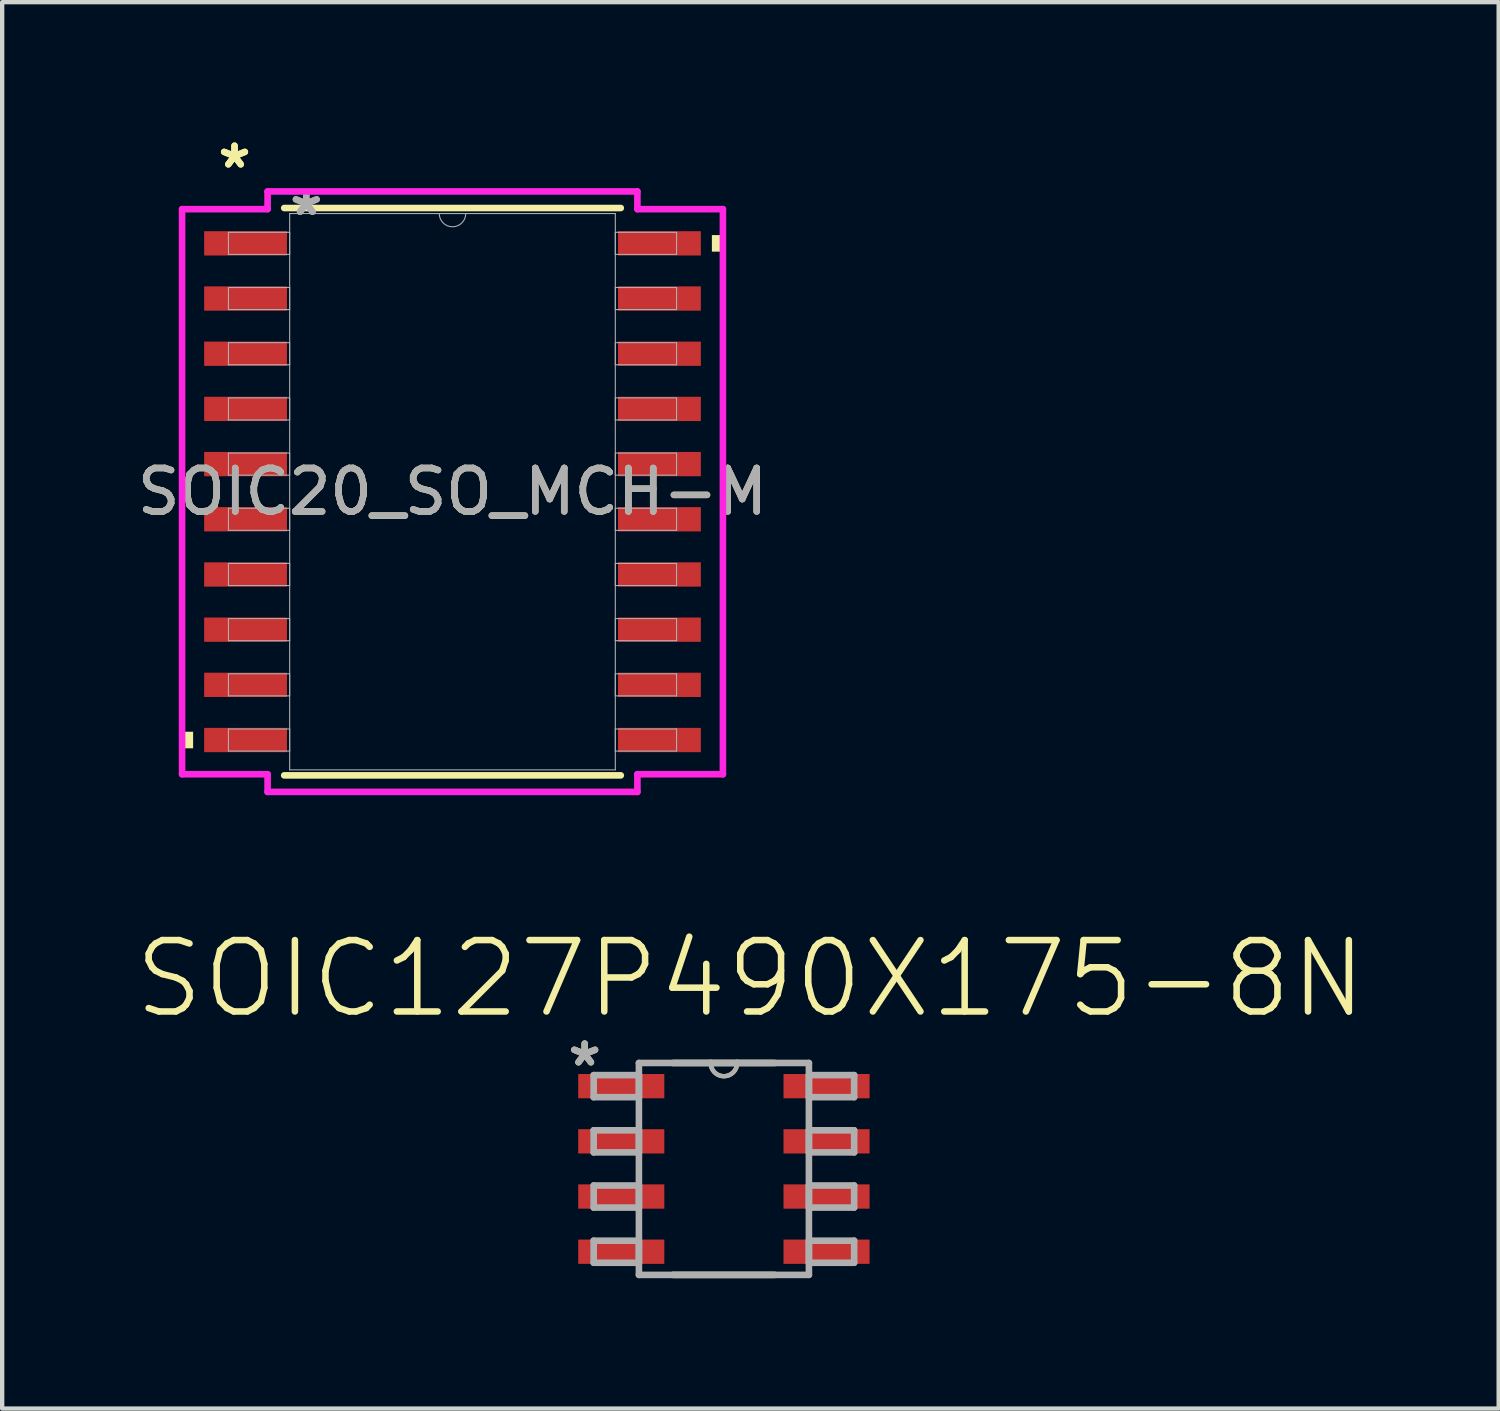
<source format=kicad_pcb>
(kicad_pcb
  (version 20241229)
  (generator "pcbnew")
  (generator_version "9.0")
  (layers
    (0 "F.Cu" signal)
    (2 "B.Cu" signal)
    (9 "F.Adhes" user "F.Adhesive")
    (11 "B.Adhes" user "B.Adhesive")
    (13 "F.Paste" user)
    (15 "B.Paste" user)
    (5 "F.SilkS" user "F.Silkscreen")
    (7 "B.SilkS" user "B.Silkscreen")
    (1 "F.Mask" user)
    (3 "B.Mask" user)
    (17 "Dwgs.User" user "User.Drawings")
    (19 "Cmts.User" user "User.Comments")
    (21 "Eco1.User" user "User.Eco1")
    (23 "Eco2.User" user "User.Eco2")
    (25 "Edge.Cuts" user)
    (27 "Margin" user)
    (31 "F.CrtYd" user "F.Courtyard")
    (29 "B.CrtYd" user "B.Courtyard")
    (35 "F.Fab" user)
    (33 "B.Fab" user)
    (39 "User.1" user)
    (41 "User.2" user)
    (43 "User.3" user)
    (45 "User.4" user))
  (footprint "SOIC127P490X175-8N"
    (layer "F.Cu")
    (at 13.609 23.85)
    (property "Reference" "SOIC127P490X175-8N" (at 0.611 -4.376 0) (layer "F.SilkS") (effects (font (size 1.643 1.643) (thickness 0.15))))
    (attr smd)
    (fp_line (start -1.168 2.438) (end 1.168 2.438) (stroke (width 0.152) (type solid)) (layer "F.SilkS"))
    (fp_line (start -0.305 -2.438) (end -1.168 -2.438) (stroke (width 0.152) (type solid)) (layer "F.SilkS"))
    (fp_line (start 0.305 -2.438) (end -0.305 -2.438) (stroke (width 0.152) (type solid)) (layer "F.SilkS"))
    (fp_line (start 1.168 -2.438) (end 0.305 -2.438) (stroke (width 0.152) (type solid)) (layer "F.SilkS"))
    (fp_arc (start 0.3048 -2.4384) (mid 0 -2.1336) (end -0.3048 -2.4384) (stroke (width 0.1) (type solid)) (layer "F.SilkS"))
    (fp_line (start -2.997 -2.159) (end -2.997 -1.651) (stroke (width 0.152) (type solid)) (layer "F.Fab"))
    (fp_line (start -2.997 -1.651) (end -1.956 -1.651) (stroke (width 0.152) (type solid)) (layer "F.Fab"))
    (fp_line (start -2.997 -0.889) (end -2.997 -0.381) (stroke (width 0.152) (type solid)) (layer "F.Fab"))
    (fp_line (start -2.997 -0.381) (end -1.956 -0.381) (stroke (width 0.152) (type solid)) (layer "F.Fab"))
    (fp_line (start -2.997 0.381) (end -2.997 0.889) (stroke (width 0.152) (type solid)) (layer "F.Fab"))
    (fp_line (start -2.997 0.889) (end -1.956 0.889) (stroke (width 0.152) (type solid)) (layer "F.Fab"))
    (fp_line (start -2.997 1.651) (end -2.997 2.159) (stroke (width 0.152) (type solid)) (layer "F.Fab"))
    (fp_line (start -2.997 2.159) (end -1.956 2.159) (stroke (width 0.152) (type solid)) (layer "F.Fab"))
    (fp_line (start -1.956 -2.438) (end -1.956 2.438) (stroke (width 0.152) (type solid)) (layer "F.Fab"))
    (fp_line (start -1.956 -2.159) (end -2.997 -2.159) (stroke (width 0.152) (type solid)) (layer "F.Fab"))
    (fp_line (start -1.956 -1.651) (end -1.956 -2.159) (stroke (width 0.152) (type solid)) (layer "F.Fab"))
    (fp_line (start -1.956 -0.889) (end -2.997 -0.889) (stroke (width 0.152) (type solid)) (layer "F.Fab"))
    (fp_line (start -1.956 -0.381) (end -1.956 -0.889) (stroke (width 0.152) (type solid)) (layer "F.Fab"))
    (fp_line (start -1.956 0.381) (end -2.997 0.381) (stroke (width 0.152) (type solid)) (layer "F.Fab"))
    (fp_line (start -1.956 0.889) (end -1.956 0.381) (stroke (width 0.152) (type solid)) (layer "F.Fab"))
    (fp_line (start -1.956 1.651) (end -2.997 1.651) (stroke (width 0.152) (type solid)) (layer "F.Fab"))
    (fp_line (start -1.956 2.159) (end -1.956 1.651) (stroke (width 0.152) (type solid)) (layer "F.Fab"))
    (fp_line (start -1.956 2.438) (end 1.956 2.438) (stroke (width 0.152) (type solid)) (layer "F.Fab"))
    (fp_line (start -0.305 -2.438) (end -1.956 -2.438) (stroke (width 0.152) (type solid)) (layer "F.Fab"))
    (fp_line (start 0.305 -2.438) (end -0.305 -2.438) (stroke (width 0.152) (type solid)) (layer "F.Fab"))
    (fp_line (start 1.956 -2.438) (end 0.305 -2.438) (stroke (width 0.152) (type solid)) (layer "F.Fab"))
    (fp_line (start 1.956 -2.159) (end 1.956 -1.651) (stroke (width 0.152) (type solid)) (layer "F.Fab"))
    (fp_line (start 1.956 -1.651) (end 2.997 -1.651) (stroke (width 0.152) (type solid)) (layer "F.Fab"))
    (fp_line (start 1.956 -0.889) (end 1.956 -0.381) (stroke (width 0.152) (type solid)) (layer "F.Fab"))
    (fp_line (start 1.956 -0.381) (end 2.997 -0.381) (stroke (width 0.152) (type solid)) (layer "F.Fab"))
    (fp_line (start 1.956 0.381) (end 1.956 0.889) (stroke (width 0.152) (type solid)) (layer "F.Fab"))
    (fp_line (start 1.956 0.889) (end 2.997 0.889) (stroke (width 0.152) (type solid)) (layer "F.Fab"))
    (fp_line (start 1.956 1.651) (end 1.956 2.159) (stroke (width 0.152) (type solid)) (layer "F.Fab"))
    (fp_line (start 1.956 2.159) (end 2.997 2.159) (stroke (width 0.152) (type solid)) (layer "F.Fab"))
    (fp_line (start 1.956 2.438) (end 1.956 -2.438) (stroke (width 0.152) (type solid)) (layer "F.Fab"))
    (fp_line (start 2.997 -2.159) (end 1.956 -2.159) (stroke (width 0.152) (type solid)) (layer "F.Fab"))
    (fp_line (start 2.997 -1.651) (end 2.997 -2.159) (stroke (width 0.152) (type solid)) (layer "F.Fab"))
    (fp_line (start 2.997 -0.889) (end 1.956 -0.889) (stroke (width 0.152) (type solid)) (layer "F.Fab"))
    (fp_line (start 2.997 -0.381) (end 2.997 -0.889) (stroke (width 0.152) (type solid)) (layer "F.Fab"))
    (fp_line (start 2.997 0.381) (end 1.956 0.381) (stroke (width 0.152) (type solid)) (layer "F.Fab"))
    (fp_line (start 2.997 0.889) (end 2.997 0.381) (stroke (width 0.152) (type solid)) (layer "F.Fab"))
    (fp_line (start 2.997 1.651) (end 1.956 1.651) (stroke (width 0.152) (type solid)) (layer "F.Fab"))
    (fp_line (start 2.997 2.159) (end 2.997 1.651) (stroke (width 0.152) (type solid)) (layer "F.Fab"))
    (fp_arc (start 0.3048 -2.4384) (mid 0 -2.1336) (end -0.3048 -2.4384) (stroke (width 0.1) (type solid)) (layer "F.Fab"))
    (fp_text user "*" (at -3.204 -2.339 0) (layer "F.SilkS") (effects (font (size 1.001 1.001) (thickness 0.15))))
    (fp_text user "*" (at -3.203 -2.338 0) (layer "F.Fab") (effects (font (size 1.001 1.001) (thickness 0.15))))
    (pad "1" smd rect (at -2.362 -1.905) (size 1.981 0.559) (layers "F.Cu" "F.Mask" "F.Paste"))
    (pad "2" smd rect (at -2.362 -0.635) (size 1.981 0.559) (layers "F.Cu" "F.Mask" "F.Paste"))
    (pad "3" smd rect (at -2.362 0.635) (size 1.981 0.559) (layers "F.Cu" "F.Mask" "F.Paste"))
    (pad "4" smd rect (at -2.362 1.905) (size 1.981 0.559) (layers "F.Cu" "F.Mask" "F.Paste"))
    (pad "5" smd rect (at 2.362 1.905) (size 1.981 0.559) (layers "F.Cu" "F.Mask" "F.Paste"))
    (pad "6" smd rect (at 2.362 0.635) (size 1.981 0.559) (layers "F.Cu" "F.Mask" "F.Paste"))
    (pad "7" smd rect (at 2.362 -0.635) (size 1.981 0.559) (layers "F.Cu" "F.Mask" "F.Paste"))
    (pad "8" smd rect (at 2.362 -1.905) (size 1.981 0.559) (layers "F.Cu" "F.Mask" "F.Paste")))
  (footprint "SOIC20_SO_MCH-M"
    (layer "F.Cu")
    (at 7.363 8.265)
    (property "Reference" "SOIC20_SO_MCH-M" (at 0 0 0) (unlocked yes) (layer "F.SilkS") (effects (font (size 1 1) (thickness 0.15))))
    (attr smd)
    (fp_line (start -3.873 6.528) (end 3.873 6.528) (stroke (width 0.152) (type solid)) (layer "F.SilkS"))
    (fp_line (start 3.873 -6.528) (end -3.873 -6.528) (stroke (width 0.152) (type solid)) (layer "F.SilkS"))
    (fp_poly (pts (xy -6.223 5.524) (xy -6.223 5.905) (xy -5.969 5.905) (xy -5.969 5.524)) (stroke (width 0) (type solid)) (fill yes) (layer "F.SilkS"))
    (fp_poly (pts (xy 6.223 -5.905) (xy 6.223 -5.524) (xy 5.969 -5.524) (xy 5.969 -5.905)) (stroke (width 0) (type solid)) (fill yes) (layer "F.SilkS"))
    (fp_line (start -6.223 -6.502) (end -4.255 -6.502) (stroke (width 0.152) (type solid)) (layer "F.CrtYd"))
    (fp_line (start -6.223 6.502) (end -6.223 -6.502) (stroke (width 0.152) (type solid)) (layer "F.CrtYd"))
    (fp_line (start -6.223 6.502) (end -4.255 6.502) (stroke (width 0.152) (type solid)) (layer "F.CrtYd"))
    (fp_line (start -4.255 -6.909) (end 4.255 -6.909) (stroke (width 0.152) (type solid)) (layer "F.CrtYd"))
    (fp_line (start -4.255 -6.502) (end -4.255 -6.909) (stroke (width 0.152) (type solid)) (layer "F.CrtYd"))
    (fp_line (start -4.255 6.909) (end -4.255 6.502) (stroke (width 0.152) (type solid)) (layer "F.CrtYd"))
    (fp_line (start 4.255 -6.909) (end 4.255 -6.502) (stroke (width 0.152) (type solid)) (layer "F.CrtYd"))
    (fp_line (start 4.255 6.502) (end 4.255 6.909) (stroke (width 0.152) (type solid)) (layer "F.CrtYd"))
    (fp_line (start 4.255 6.909) (end -4.255 6.909) (stroke (width 0.152) (type solid)) (layer "F.CrtYd"))
    (fp_line (start 6.223 -6.502) (end 4.255 -6.502) (stroke (width 0.152) (type solid)) (layer "F.CrtYd"))
    (fp_line (start 6.223 -6.502) (end 6.223 6.502) (stroke (width 0.152) (type solid)) (layer "F.CrtYd"))
    (fp_line (start 6.223 6.502) (end 4.255 6.502) (stroke (width 0.152) (type solid)) (layer "F.CrtYd"))
    (fp_line (start -5.156 -5.969) (end -5.156 -5.461) (stroke (width 0.025) (type solid)) (layer "F.Fab"))
    (fp_line (start -5.156 -5.461) (end -3.747 -5.461) (stroke (width 0.025) (type solid)) (layer "F.Fab"))
    (fp_line (start -5.156 -4.699) (end -5.156 -4.191) (stroke (width 0.025) (type solid)) (layer "F.Fab"))
    (fp_line (start -5.156 -4.191) (end -3.747 -4.191) (stroke (width 0.025) (type solid)) (layer "F.Fab"))
    (fp_line (start -5.156 -3.429) (end -5.156 -2.921) (stroke (width 0.025) (type solid)) (layer "F.Fab"))
    (fp_line (start -5.156 -2.921) (end -3.747 -2.921) (stroke (width 0.025) (type solid)) (layer "F.Fab"))
    (fp_line (start -5.156 -2.159) (end -5.156 -1.651) (stroke (width 0.025) (type solid)) (layer "F.Fab"))
    (fp_line (start -5.156 -1.651) (end -3.747 -1.651) (stroke (width 0.025) (type solid)) (layer "F.Fab"))
    (fp_line (start -5.156 -0.889) (end -5.156 -0.381) (stroke (width 0.025) (type solid)) (layer "F.Fab"))
    (fp_line (start -5.156 -0.381) (end -3.747 -0.381) (stroke (width 0.025) (type solid)) (layer "F.Fab"))
    (fp_line (start -5.156 0.381) (end -5.156 0.889) (stroke (width 0.025) (type solid)) (layer "F.Fab"))
    (fp_line (start -5.156 0.889) (end -3.747 0.889) (stroke (width 0.025) (type solid)) (layer "F.Fab"))
    (fp_line (start -5.156 1.651) (end -5.156 2.159) (stroke (width 0.025) (type solid)) (layer "F.Fab"))
    (fp_line (start -5.156 2.159) (end -3.747 2.159) (stroke (width 0.025) (type solid)) (layer "F.Fab"))
    (fp_line (start -5.156 2.921) (end -5.156 3.429) (stroke (width 0.025) (type solid)) (layer "F.Fab"))
    (fp_line (start -5.156 3.429) (end -3.747 3.429) (stroke (width 0.025) (type solid)) (layer "F.Fab"))
    (fp_line (start -5.156 4.191) (end -5.156 4.699) (stroke (width 0.025) (type solid)) (layer "F.Fab"))
    (fp_line (start -5.156 4.699) (end -3.747 4.699) (stroke (width 0.025) (type solid)) (layer "F.Fab"))
    (fp_line (start -5.156 5.461) (end -5.156 5.969) (stroke (width 0.025) (type solid)) (layer "F.Fab"))
    (fp_line (start -5.156 5.969) (end -3.747 5.969) (stroke (width 0.025) (type solid)) (layer "F.Fab"))
    (fp_line (start -3.747 -6.401) (end -3.747 6.401) (stroke (width 0.025) (type solid)) (layer "F.Fab"))
    (fp_line (start -3.747 -5.969) (end -5.156 -5.969) (stroke (width 0.025) (type solid)) (layer "F.Fab"))
    (fp_line (start -3.747 -5.461) (end -3.747 -5.969) (stroke (width 0.025) (type solid)) (layer "F.Fab"))
    (fp_line (start -3.747 -4.699) (end -5.156 -4.699) (stroke (width 0.025) (type solid)) (layer "F.Fab"))
    (fp_line (start -3.747 -4.191) (end -3.747 -4.699) (stroke (width 0.025) (type solid)) (layer "F.Fab"))
    (fp_line (start -3.747 -3.429) (end -5.156 -3.429) (stroke (width 0.025) (type solid)) (layer "F.Fab"))
    (fp_line (start -3.747 -2.921) (end -3.747 -3.429) (stroke (width 0.025) (type solid)) (layer "F.Fab"))
    (fp_line (start -3.747 -2.159) (end -5.156 -2.159) (stroke (width 0.025) (type solid)) (layer "F.Fab"))
    (fp_line (start -3.747 -1.651) (end -3.747 -2.159) (stroke (width 0.025) (type solid)) (layer "F.Fab"))
    (fp_line (start -3.747 -0.889) (end -5.156 -0.889) (stroke (width 0.025) (type solid)) (layer "F.Fab"))
    (fp_line (start -3.747 -0.381) (end -3.747 -0.889) (stroke (width 0.025) (type solid)) (layer "F.Fab"))
    (fp_line (start -3.747 0.381) (end -5.156 0.381) (stroke (width 0.025) (type solid)) (layer "F.Fab"))
    (fp_line (start -3.747 0.889) (end -3.747 0.381) (stroke (width 0.025) (type solid)) (layer "F.Fab"))
    (fp_line (start -3.747 1.651) (end -5.156 1.651) (stroke (width 0.025) (type solid)) (layer "F.Fab"))
    (fp_line (start -3.747 2.159) (end -3.747 1.651) (stroke (width 0.025) (type solid)) (layer "F.Fab"))
    (fp_line (start -3.747 2.921) (end -5.156 2.921) (stroke (width 0.025) (type solid)) (layer "F.Fab"))
    (fp_line (start -3.747 3.429) (end -3.747 2.921) (stroke (width 0.025) (type solid)) (layer "F.Fab"))
    (fp_line (start -3.747 4.191) (end -5.156 4.191) (stroke (width 0.025) (type solid)) (layer "F.Fab"))
    (fp_line (start -3.747 4.699) (end -3.747 4.191) (stroke (width 0.025) (type solid)) (layer "F.Fab"))
    (fp_line (start -3.747 5.461) (end -5.156 5.461) (stroke (width 0.025) (type solid)) (layer "F.Fab"))
    (fp_line (start -3.747 5.969) (end -3.747 5.461) (stroke (width 0.025) (type solid)) (layer "F.Fab"))
    (fp_line (start -3.747 6.401) (end 3.747 6.401) (stroke (width 0.025) (type solid)) (layer "F.Fab"))
    (fp_line (start 3.747 -6.401) (end -3.747 -6.401) (stroke (width 0.025) (type solid)) (layer "F.Fab"))
    (fp_line (start 3.747 -5.969) (end 3.747 -5.461) (stroke (width 0.025) (type solid)) (layer "F.Fab"))
    (fp_line (start 3.747 -5.461) (end 5.156 -5.461) (stroke (width 0.025) (type solid)) (layer "F.Fab"))
    (fp_line (start 3.747 -4.699) (end 3.747 -4.191) (stroke (width 0.025) (type solid)) (layer "F.Fab"))
    (fp_line (start 3.747 -4.191) (end 5.156 -4.191) (stroke (width 0.025) (type solid)) (layer "F.Fab"))
    (fp_line (start 3.747 -3.429) (end 3.747 -2.921) (stroke (width 0.025) (type solid)) (layer "F.Fab"))
    (fp_line (start 3.747 -2.921) (end 5.156 -2.921) (stroke (width 0.025) (type solid)) (layer "F.Fab"))
    (fp_line (start 3.747 -2.159) (end 3.747 -1.651) (stroke (width 0.025) (type solid)) (layer "F.Fab"))
    (fp_line (start 3.747 -1.651) (end 5.156 -1.651) (stroke (width 0.025) (type solid)) (layer "F.Fab"))
    (fp_line (start 3.747 -0.889) (end 3.747 -0.381) (stroke (width 0.025) (type solid)) (layer "F.Fab"))
    (fp_line (start 3.747 -0.381) (end 5.156 -0.381) (stroke (width 0.025) (type solid)) (layer "F.Fab"))
    (fp_line (start 3.747 0.381) (end 3.747 0.889) (stroke (width 0.025) (type solid)) (layer "F.Fab"))
    (fp_line (start 3.747 0.889) (end 5.156 0.889) (stroke (width 0.025) (type solid)) (layer "F.Fab"))
    (fp_line (start 3.747 1.651) (end 3.747 2.159) (stroke (width 0.025) (type solid)) (layer "F.Fab"))
    (fp_line (start 3.747 2.159) (end 5.156 2.159) (stroke (width 0.025) (type solid)) (layer "F.Fab"))
    (fp_line (start 3.747 2.921) (end 3.747 3.429) (stroke (width 0.025) (type solid)) (layer "F.Fab"))
    (fp_line (start 3.747 3.429) (end 5.156 3.429) (stroke (width 0.025) (type solid)) (layer "F.Fab"))
    (fp_line (start 3.747 4.191) (end 3.747 4.699) (stroke (width 0.025) (type solid)) (layer "F.Fab"))
    (fp_line (start 3.747 4.699) (end 5.156 4.699) (stroke (width 0.025) (type solid)) (layer "F.Fab"))
    (fp_line (start 3.747 5.461) (end 3.747 5.969) (stroke (width 0.025) (type solid)) (layer "F.Fab"))
    (fp_line (start 3.747 5.969) (end 5.156 5.969) (stroke (width 0.025) (type solid)) (layer "F.Fab"))
    (fp_line (start 3.747 6.401) (end 3.747 -6.401) (stroke (width 0.025) (type solid)) (layer "F.Fab"))
    (fp_line (start 5.156 -5.969) (end 3.747 -5.969) (stroke (width 0.025) (type solid)) (layer "F.Fab"))
    (fp_line (start 5.156 -5.461) (end 5.156 -5.969) (stroke (width 0.025) (type solid)) (layer "F.Fab"))
    (fp_line (start 5.156 -4.699) (end 3.747 -4.699) (stroke (width 0.025) (type solid)) (layer "F.Fab"))
    (fp_line (start 5.156 -4.191) (end 5.156 -4.699) (stroke (width 0.025) (type solid)) (layer "F.Fab"))
    (fp_line (start 5.156 -3.429) (end 3.747 -3.429) (stroke (width 0.025) (type solid)) (layer "F.Fab"))
    (fp_line (start 5.156 -2.921) (end 5.156 -3.429) (stroke (width 0.025) (type solid)) (layer "F.Fab"))
    (fp_line (start 5.156 -2.159) (end 3.747 -2.159) (stroke (width 0.025) (type solid)) (layer "F.Fab"))
    (fp_line (start 5.156 -1.651) (end 5.156 -2.159) (stroke (width 0.025) (type solid)) (layer "F.Fab"))
    (fp_line (start 5.156 -0.889) (end 3.747 -0.889) (stroke (width 0.025) (type solid)) (layer "F.Fab"))
    (fp_line (start 5.156 -0.381) (end 5.156 -0.889) (stroke (width 0.025) (type solid)) (layer "F.Fab"))
    (fp_line (start 5.156 0.381) (end 3.747 0.381) (stroke (width 0.025) (type solid)) (layer "F.Fab"))
    (fp_line (start 5.156 0.889) (end 5.156 0.381) (stroke (width 0.025) (type solid)) (layer "F.Fab"))
    (fp_line (start 5.156 1.651) (end 3.747 1.651) (stroke (width 0.025) (type solid)) (layer "F.Fab"))
    (fp_line (start 5.156 2.159) (end 5.156 1.651) (stroke (width 0.025) (type solid)) (layer "F.Fab"))
    (fp_line (start 5.156 2.921) (end 3.747 2.921) (stroke (width 0.025) (type solid)) (layer "F.Fab"))
    (fp_line (start 5.156 3.429) (end 5.156 2.921) (stroke (width 0.025) (type solid)) (layer "F.Fab"))
    (fp_line (start 5.156 4.191) (end 3.747 4.191) (stroke (width 0.025) (type solid)) (layer "F.Fab"))
    (fp_line (start 5.156 4.699) (end 5.156 4.191) (stroke (width 0.025) (type solid)) (layer "F.Fab"))
    (fp_line (start 5.156 5.461) (end 3.747 5.461) (stroke (width 0.025) (type solid)) (layer "F.Fab"))
    (fp_line (start 5.156 5.969) (end 5.156 5.461) (stroke (width 0.025) (type solid)) (layer "F.Fab"))
    (fp_arc (start 0.3048 -6.4008) (mid 0 -6.096) (end -0.3048 -6.4008) (stroke (width 0.0254) (type solid)) (layer "F.Fab"))
    (fp_text user "*" (at -5.016 -7.417 0) (unlocked yes) (layer "F.SilkS") (effects (font (size 1 1) (thickness 0.15))))
    (fp_text user "*" (at -5.016 -7.417 0) (layer "F.SilkS") (effects (font (size 1 1) (thickness 0.15))))
    (fp_text user "*" (at -3.365 -6.325 0) (layer "F.Fab") (effects (font (size 1 1) (thickness 0.15))))
    (fp_text user "${REFERENCE}" (at 0 0 0) (unlocked yes) (layer "F.Fab") (effects (font (size 1 1) (thickness 0.15))))
    (fp_text user "*" (at -3.365 -6.325 0) (unlocked yes) (layer "F.Fab") (effects (font (size 1 1) (thickness 0.15))))
    (pad "1" smd rect (at -4.762 -5.715) (size 1.906 0.559) (layers "F.Cu" "F.Mask" "F.Paste"))
    (pad "2" smd rect (at -4.762 -4.445) (size 1.906 0.559) (layers "F.Cu" "F.Mask" "F.Paste"))
    (pad "3" smd rect (at -4.762 -3.175) (size 1.906 0.559) (layers "F.Cu" "F.Mask" "F.Paste"))
    (pad "4" smd rect (at -4.762 -1.905) (size 1.906 0.559) (layers "F.Cu" "F.Mask" "F.Paste"))
    (pad "5" smd rect (at -4.762 -0.635) (size 1.906 0.559) (layers "F.Cu" "F.Mask" "F.Paste"))
    (pad "6" smd rect (at -4.762 0.635) (size 1.906 0.559) (layers "F.Cu" "F.Mask" "F.Paste"))
    (pad "7" smd rect (at -4.762 1.905) (size 1.906 0.559) (layers "F.Cu" "F.Mask" "F.Paste"))
    (pad "8" smd rect (at -4.762 3.175) (size 1.906 0.559) (layers "F.Cu" "F.Mask" "F.Paste"))
    (pad "9" smd rect (at -4.762 4.445) (size 1.906 0.559) (layers "F.Cu" "F.Mask" "F.Paste"))
    (pad "10" smd rect (at -4.762 5.715) (size 1.906 0.559) (layers "F.Cu" "F.Mask" "F.Paste"))
    (pad "11" smd rect (at 4.762 5.715) (size 1.906 0.559) (layers "F.Cu" "F.Mask" "F.Paste"))
    (pad "12" smd rect (at 4.762 4.445) (size 1.906 0.559) (layers "F.Cu" "F.Mask" "F.Paste"))
    (pad "13" smd rect (at 4.762 3.175) (size 1.906 0.559) (layers "F.Cu" "F.Mask" "F.Paste"))
    (pad "14" smd rect (at 4.762 1.905) (size 1.906 0.559) (layers "F.Cu" "F.Mask" "F.Paste"))
    (pad "15" smd rect (at 4.762 0.635) (size 1.906 0.559) (layers "F.Cu" "F.Mask" "F.Paste"))
    (pad "16" smd rect (at 4.762 -0.635) (size 1.906 0.559) (layers "F.Cu" "F.Mask" "F.Paste"))
    (pad "17" smd rect (at 4.762 -1.905) (size 1.906 0.559) (layers "F.Cu" "F.Mask" "F.Paste"))
    (pad "18" smd rect (at 4.762 -3.175) (size 1.906 0.559) (layers "F.Cu" "F.Mask" "F.Paste"))
    (pad "19" smd rect (at 4.762 -4.445) (size 1.906 0.559) (layers "F.Cu" "F.Mask" "F.Paste"))
    (pad "20" smd rect (at 4.762 -5.715) (size 1.906 0.559) (layers "F.Cu" "F.Mask" "F.Paste")))
  (gr_rect
    (start -3 -3)
    (end 31.438 29.365)
    (stroke (width 0.1) (type default))
    (fill no)
    (layer "Edge.Cuts")))
</source>
